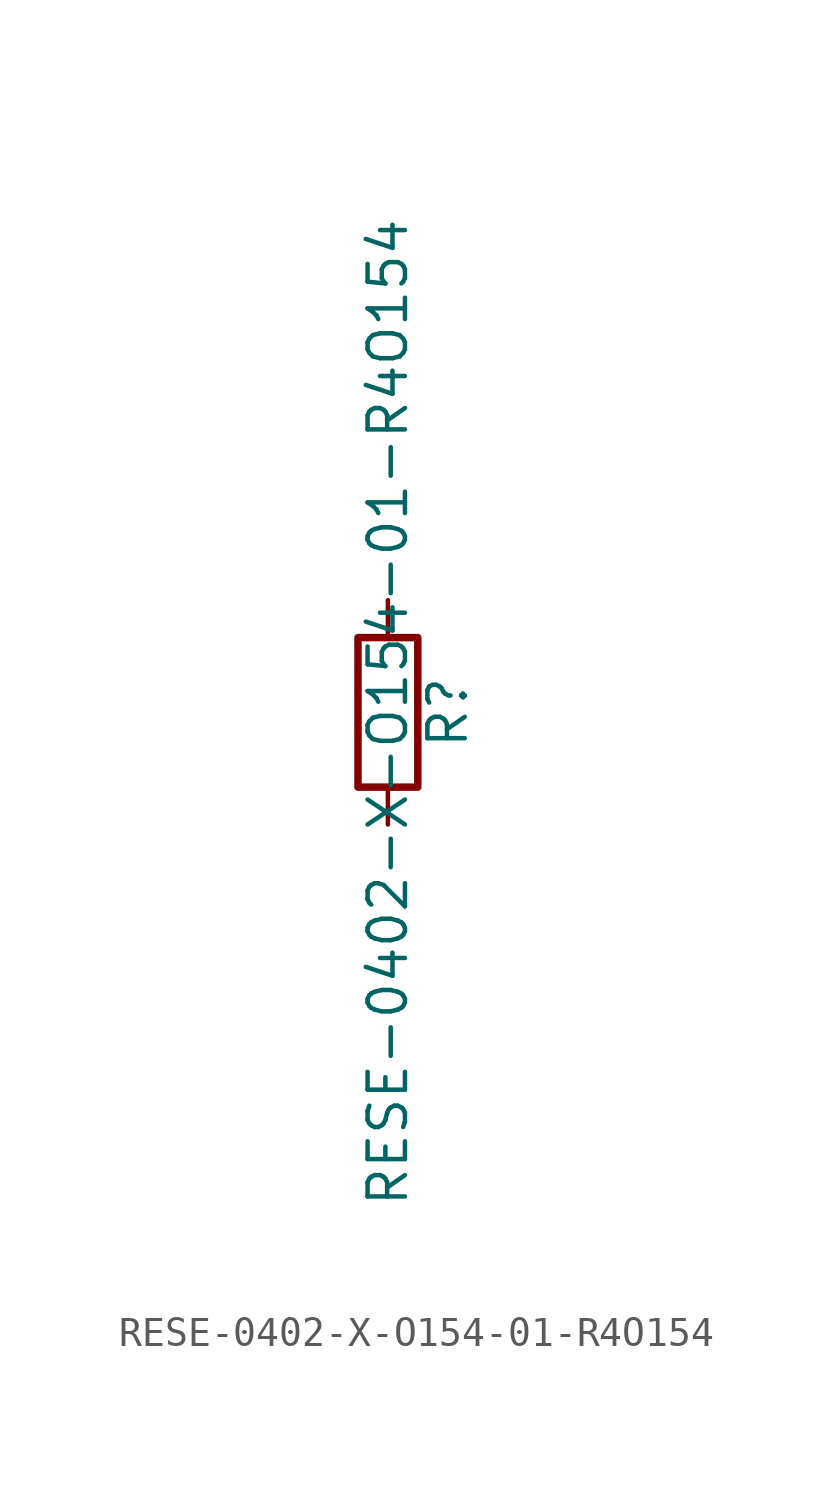
<source format=kicad_sym>
(kicad_symbol_lib
  (version 20211014)
  (generator kicad_symbol_editor)
  (symbol "RESE-0402-X-O154-01-R4O154"
    (pin_numbers hide)
    (pin_names
      (offset 0))
    (property "Reference" "R"
      (at 2.032 0 90)
      (effects (font (size 1.27 1.27))))
    (property "Value" "RESE-0402-X-O154-01-R4O154"
      (at 0 0 90)
      (effects (font (size 1.27 1.27))))
    (symbol "RESE-0402-X-O154-01-R4O154_0_1"
      (rectangle (start -1.016 -2.54) (end 1.016 2.54) (stroke (width 0.254) (type default) (color 0 0 0 0)) (fill (type none))))
    (symbol "RESE-0402-X-O154-01-R4O154_1_1"
      (pin passive line (at 0 3.81 270) (length 1.27) (name "~" (effects (font (size 1.27 1.27)))) (number "1" (effects (font (size 1.27 1.27)))))
      (pin passive line (at 0 -3.81 90) (length 1.27) (name "~" (effects (font (size 1.27 1.27)))) (number "2" (effects (font (size 1.27 1.27))))))))
</source>
